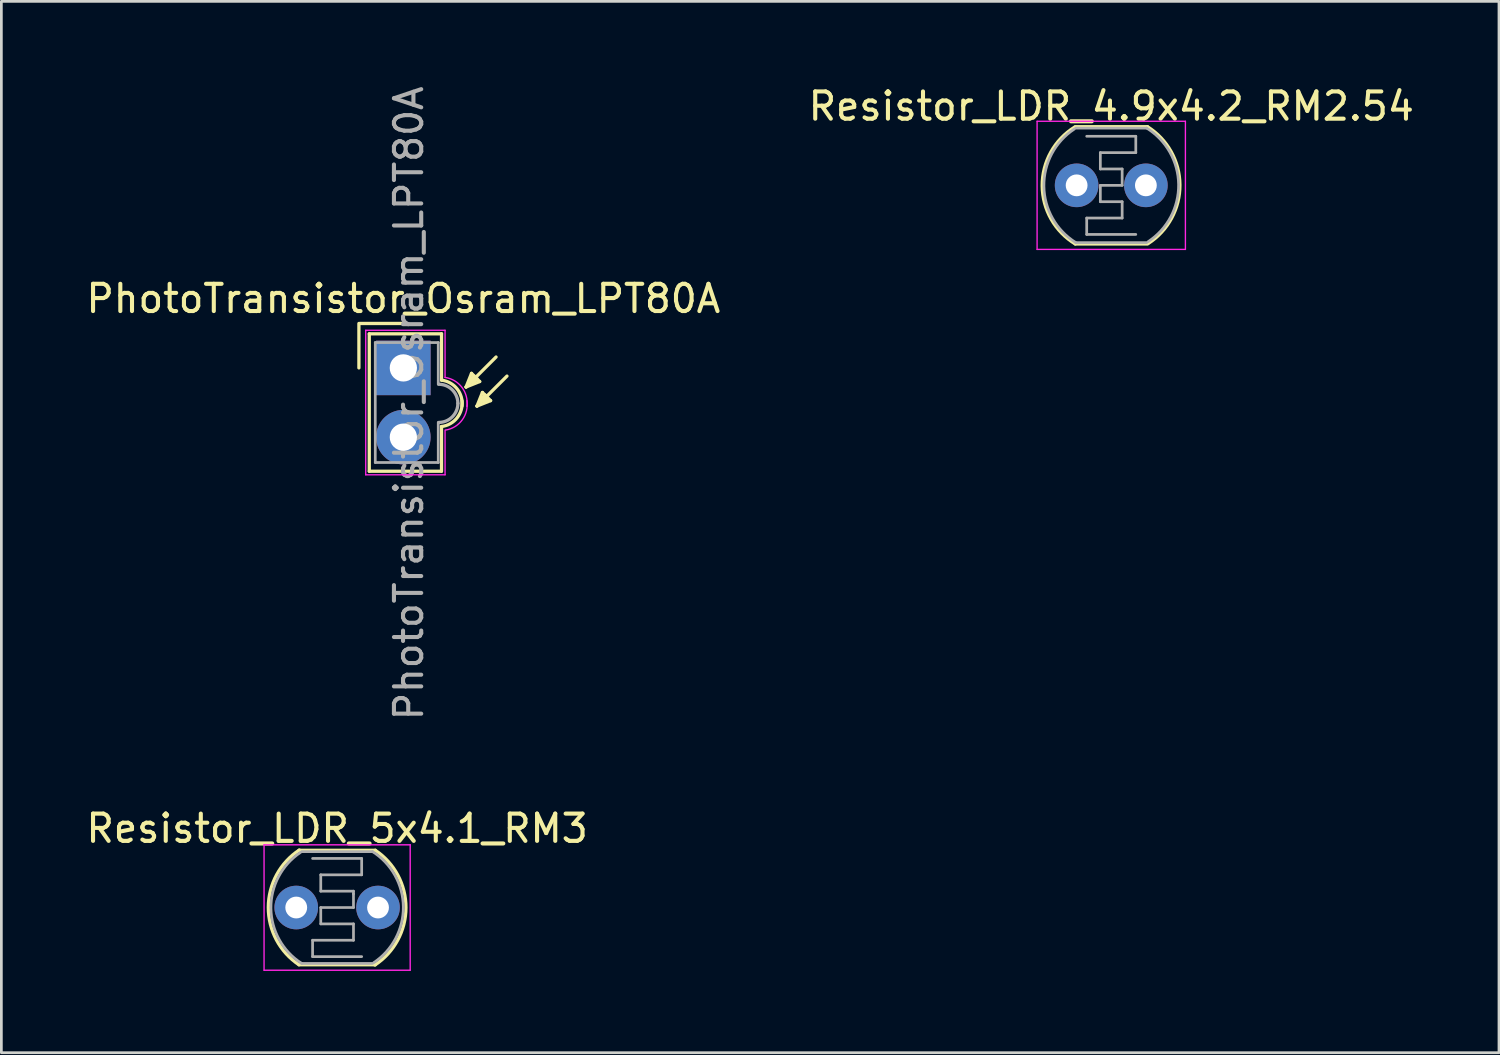
<source format=kicad_pcb>
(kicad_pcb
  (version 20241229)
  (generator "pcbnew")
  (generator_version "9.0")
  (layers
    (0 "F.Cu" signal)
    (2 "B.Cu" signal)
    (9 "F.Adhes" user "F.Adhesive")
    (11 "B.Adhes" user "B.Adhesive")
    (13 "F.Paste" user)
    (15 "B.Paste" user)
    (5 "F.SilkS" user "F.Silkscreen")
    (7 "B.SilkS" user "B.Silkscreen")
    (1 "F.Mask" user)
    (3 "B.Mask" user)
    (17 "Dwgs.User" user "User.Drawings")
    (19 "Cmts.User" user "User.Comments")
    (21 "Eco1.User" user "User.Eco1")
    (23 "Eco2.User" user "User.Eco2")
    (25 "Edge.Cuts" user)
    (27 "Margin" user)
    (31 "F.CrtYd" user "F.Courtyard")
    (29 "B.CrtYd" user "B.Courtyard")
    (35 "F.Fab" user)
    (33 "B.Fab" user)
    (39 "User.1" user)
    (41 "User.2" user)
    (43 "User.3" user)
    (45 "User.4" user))
  (footprint "Resistor_LDR_5x4.1_RM3"
    (layer "F.Cu")
    (at 7.815 30.236)
    (property "Reference" "Resistor_LDR_5x4.1_RM3" (at 1.5 -2.9 0) (layer "F.SilkS") (effects (font (size 1 1) (thickness 0.15))))
    (attr through_hole)
    (fp_line (start 0.1 -2.1) (end 2.9 -2.1) (stroke (width 0.12) (type solid)) (layer "F.SilkS"))
    (fp_line (start 0.1 2.1) (end 2.9 2.1) (stroke (width 0.12) (type solid)) (layer "F.SilkS"))
    (fp_arc (start 0.1 2.1) (mid -1.023872 -0.008372) (end 0.113963 -2.109242) (stroke (width 0.12) (type solid)) (layer "F.SilkS"))
    (fp_arc (start 2.9 -2.1) (mid 4.023872 0.008372) (end 2.886037 2.109242) (stroke (width 0.12) (type solid)) (layer "F.SilkS"))
    (fp_line (start -1.18 -2.3) (end -1.18 2.3) (stroke (width 0.05) (type solid)) (layer "F.CrtYd"))
    (fp_line (start -1.18 -2.3) (end 4.18 -2.3) (stroke (width 0.05) (type solid)) (layer "F.CrtYd"))
    (fp_line (start 4.18 2.3) (end -1.18 2.3) (stroke (width 0.05) (type solid)) (layer "F.CrtYd"))
    (fp_line (start 4.18 2.3) (end 4.18 -2.3) (stroke (width 0.05) (type solid)) (layer "F.CrtYd"))
    (fp_line (start 0.2 -2.05) (end 2.8 -2.05) (stroke (width 0.1) (type solid)) (layer "F.Fab"))
    (fp_line (start 0.6 -1.8) (end 2.4 -1.8) (stroke (width 0.1) (type solid)) (layer "F.Fab"))
    (fp_line (start 0.6 1.2) (end 0.6 1.8) (stroke (width 0.1) (type solid)) (layer "F.Fab"))
    (fp_line (start 0.6 1.2) (end 2.1 1.2) (stroke (width 0.1) (type solid)) (layer "F.Fab"))
    (fp_line (start 0.6 1.8) (end 2.4 1.8) (stroke (width 0.1) (type solid)) (layer "F.Fab"))
    (fp_line (start 0.9 -1.2) (end 2.4 -1.2) (stroke (width 0.1) (type solid)) (layer "F.Fab"))
    (fp_line (start 0.9 -0.6) (end 0.9 -1.2) (stroke (width 0.1) (type solid)) (layer "F.Fab"))
    (fp_line (start 0.9 0) (end 2.1 0) (stroke (width 0.1) (type solid)) (layer "F.Fab"))
    (fp_line (start 0.9 0.6) (end 0.9 0) (stroke (width 0.1) (type solid)) (layer "F.Fab"))
    (fp_line (start 2.1 -0.6) (end 0.9 -0.6) (stroke (width 0.1) (type solid)) (layer "F.Fab"))
    (fp_line (start 2.1 -0.5) (end 2.1 -0.6) (stroke (width 0.1) (type solid)) (layer "F.Fab"))
    (fp_line (start 2.1 0) (end 2.1 -0.5) (stroke (width 0.1) (type solid)) (layer "F.Fab"))
    (fp_line (start 2.1 0.6) (end 0.9 0.6) (stroke (width 0.1) (type solid)) (layer "F.Fab"))
    (fp_line (start 2.1 1.2) (end 2.1 0.6) (stroke (width 0.1) (type solid)) (layer "F.Fab"))
    (fp_line (start 2.4 -1.8) (end 2.4 -1.2) (stroke (width 0.1) (type solid)) (layer "F.Fab"))
    (fp_line (start 2.8 2.05) (end 0.2 2.05) (stroke (width 0.1) (type solid)) (layer "F.Fab"))
    (fp_arc (start 0.2 2.05) (mid -0.927305 0.026239) (end 0.155989 -2.021419) (stroke (width 0.1) (type solid)) (layer "F.Fab"))
    (fp_arc (start 2.8 -2.05) (mid 3.927305 -0.026239) (end 2.844011 2.021419) (stroke (width 0.1) (type solid)) (layer "F.Fab"))
    (pad "1" thru_hole circle (at 0 0) (size 1.6 1.6) (drill 0.8) (layers "*.Cu" "*.Mask"))
    (pad "2" thru_hole circle (at 3 0) (size 1.6 1.6) (drill 0.8) (layers "*.Cu" "*.Mask")))
  (footprint "PhotoTransistor_Osram_LPT80A"
    (layer "F.Cu")
    (at 11.744 10.444)
    (property "Reference" "PhotoTransistor_Osram_LPT80A" (at 0 -2.54 0) (layer "F.SilkS") (effects (font (size 1 1) (thickness 0.15))))
    (attr through_hole)
    (fp_line (start -1.63 0) (end -1.63 -1.63) (stroke (width 0.12) (type solid)) (layer "F.SilkS"))
    (fp_line (start -1.6 -1.63) (end 0 -1.63) (stroke (width 0.12) (type solid)) (layer "F.SilkS"))
    (fp_line (start -1.25 -1.25) (end 1.4 -1.25) (stroke (width 0.12) (type solid)) (layer "F.SilkS"))
    (fp_line (start -1.25 3.79) (end -1.25 -1.25) (stroke (width 0.12) (type solid)) (layer "F.SilkS"))
    (fp_line (start 1.395 3.79) (end -1.25 3.79) (stroke (width 0.12) (type solid)) (layer "F.SilkS"))
    (fp_line (start 1.4 -1.25) (end 1.4 0.45) (stroke (width 0.12) (type solid)) (layer "F.SilkS"))
    (fp_line (start 1.4 2.15) (end 1.4 3.79) (stroke (width 0.12) (type solid)) (layer "F.SilkS"))
    (fp_line (start 2.3 0.7) (end 2.5 0.2) (stroke (width 0.12) (type solid)) (layer "F.SilkS"))
    (fp_line (start 2.4 0.5) (end 2.6 0.5) (stroke (width 0.12) (type solid)) (layer "F.SilkS"))
    (fp_line (start 2.5 0.2) (end 2.8 0.5) (stroke (width 0.12) (type solid)) (layer "F.SilkS"))
    (fp_line (start 2.6 0.3) (end 2.4 0.5) (stroke (width 0.12) (type solid)) (layer "F.SilkS"))
    (fp_line (start 2.6 0.5) (end 2.7 0.4) (stroke (width 0.12) (type solid)) (layer "F.SilkS"))
    (fp_line (start 2.7 1.4) (end 2.9 0.9) (stroke (width 0.12) (type solid)) (layer "F.SilkS"))
    (fp_line (start 2.7 1.4) (end 3.8 0.3) (stroke (width 0.12) (type solid)) (layer "F.SilkS"))
    (fp_line (start 2.8 0.5) (end 2.3 0.7) (stroke (width 0.12) (type solid)) (layer "F.SilkS"))
    (fp_line (start 2.8 1.2) (end 3 1) (stroke (width 0.12) (type solid)) (layer "F.SilkS"))
    (fp_line (start 2.9 0.9) (end 3.2 1.2) (stroke (width 0.12) (type solid)) (layer "F.SilkS"))
    (fp_line (start 3 1) (end 3.1 1.2) (stroke (width 0.12) (type solid)) (layer "F.SilkS"))
    (fp_line (start 3.1 1.2) (end 2.9 1.2) (stroke (width 0.12) (type solid)) (layer "F.SilkS"))
    (fp_line (start 3.2 1.2) (end 2.7 1.4) (stroke (width 0.12) (type solid)) (layer "F.SilkS"))
    (fp_line (start 3.4 -0.4) (end 2.3 0.7) (stroke (width 0.12) (type solid)) (layer "F.SilkS"))
    (fp_arc (start 1.4 0.45) (mid 1.971751 0.76967) (end 2.15 1.4) (stroke (width 0.12) (type solid)) (layer "F.SilkS"))
    (fp_arc (start 2.15 1.2) (mid 1.971751 1.83033) (end 1.4 2.15) (stroke (width 0.12) (type solid)) (layer "F.SilkS"))
    (fp_line (start -1.38 -1.38) (end 1.53 -1.38) (stroke (width 0.05) (type solid)) (layer "F.CrtYd"))
    (fp_line (start -1.38 3.92) (end -1.38 -1.38) (stroke (width 0.05) (type solid)) (layer "F.CrtYd"))
    (fp_line (start 1.53 -1.38) (end 1.53 0.35) (stroke (width 0.05) (type solid)) (layer "F.CrtYd"))
    (fp_line (start 1.53 2.28) (end 1.53 3.92) (stroke (width 0.05) (type solid)) (layer "F.CrtYd"))
    (fp_line (start 1.53 3.92) (end -1.38 3.92) (stroke (width 0.05) (type solid)) (layer "F.CrtYd"))
    (fp_arc (start 1.53 0.35) (mid 2.149533 0.714315) (end 2.33 1.41) (stroke (width 0.05) (type solid)) (layer "F.CrtYd"))
    (fp_arc (start 2.33 1.2) (mid 2.163675 1.901543) (end 1.55 2.28) (stroke (width 0.05) (type solid)) (layer "F.CrtYd"))
    (fp_line (start -1.03 -0.93) (end 1.28 -0.93) (stroke (width 0.1) (type solid)) (layer "F.Fab"))
    (fp_line (start -1.03 3.47) (end -1.03 -0.93) (stroke (width 0.1) (type solid)) (layer "F.Fab"))
    (fp_line (start 1.28 -0.93) (end 1.28 0.6) (stroke (width 0.1) (type solid)) (layer "F.Fab"))
    (fp_line (start 1.28 3.47) (end -1.03 3.47) (stroke (width 0.1) (type solid)) (layer "F.Fab"))
    (fp_line (start 1.28 3.47) (end 1.28 2) (stroke (width 0.1) (type solid)) (layer "F.Fab"))
    (fp_arc (start 1.3 0.6) (mid 1.794975 0.805025) (end 2 1.3) (stroke (width 0.12) (type solid)) (layer "F.Fab"))
    (fp_arc (start 2 1.3) (mid 1.794975 1.794975) (end 1.3 2) (stroke (width 0.12) (type solid)) (layer "F.Fab"))
    (fp_text user "${REFERENCE}" (at 0.2 1.3 90) (layer "F.Fab") (effects (font (size 1 1) (thickness 0.15))))
    (pad "1" thru_hole rect (at 0 0 180) (size 2 2) (drill 1) (layers "*.Cu" "*.Mask"))
    (pad "2" thru_hole circle (at 0 2.54 180) (size 2 2) (drill 1) (layers "*.Cu" "*.Mask")))
  (footprint "Resistor_LDR_4.9x4.2_RM2.54"
    (layer "F.Cu")
    (at 36.438 3.748)
    (property "Reference" "Resistor_LDR_4.9x4.2_RM2.54" (at 1.27 -2.9 0) (layer "F.SilkS") (effects (font (size 1 1) (thickness 0.15))))
    (attr through_hole)
    (fp_line (start -0.05 -2.15) (end 2.6 -2.15) (stroke (width 0.12) (type solid)) (layer "F.SilkS"))
    (fp_line (start -0.05 2.15) (end 2.6 2.15) (stroke (width 0.12) (type solid)) (layer "F.SilkS"))
    (fp_arc (start -0.05 2.15) (mid -1.262424 0.01494) (end -0.075476 -2.134388) (stroke (width 0.12) (type solid)) (layer "F.SilkS"))
    (fp_arc (start 2.6 -2.15) (mid 3.788646 -0.016616) (end 2.628027 2.132145) (stroke (width 0.12) (type solid)) (layer "F.SilkS"))
    (fp_line (start -1.45 -2.35) (end -1.45 2.35) (stroke (width 0.05) (type solid)) (layer "F.CrtYd"))
    (fp_line (start -1.45 -2.35) (end 3.99 -2.35) (stroke (width 0.05) (type solid)) (layer "F.CrtYd"))
    (fp_line (start 3.99 2.35) (end -1.45 2.35) (stroke (width 0.05) (type solid)) (layer "F.CrtYd"))
    (fp_line (start 3.99 2.35) (end 3.99 -2.35) (stroke (width 0.05) (type solid)) (layer "F.CrtYd"))
    (fp_line (start -0.03 -2.1) (end 2.57 -2.1) (stroke (width 0.1) (type solid)) (layer "F.Fab"))
    (fp_line (start 0.37 -1.8) (end 2.17 -1.8) (stroke (width 0.1) (type solid)) (layer "F.Fab"))
    (fp_line (start 0.37 1.2) (end 0.37 1.8) (stroke (width 0.1) (type solid)) (layer "F.Fab"))
    (fp_line (start 0.37 1.2) (end 1.67 1.2) (stroke (width 0.1) (type solid)) (layer "F.Fab"))
    (fp_line (start 0.37 1.8) (end 2.17 1.8) (stroke (width 0.1) (type solid)) (layer "F.Fab"))
    (fp_line (start 0.87 -1.2) (end 0.87 -0.6) (stroke (width 0.1) (type solid)) (layer "F.Fab"))
    (fp_line (start 0.87 -1.2) (end 2.17 -1.2) (stroke (width 0.1) (type solid)) (layer "F.Fab"))
    (fp_line (start 0.87 0) (end 0.87 0.6) (stroke (width 0.1) (type solid)) (layer "F.Fab"))
    (fp_line (start 0.87 0) (end 1.67 0) (stroke (width 0.1) (type solid)) (layer "F.Fab"))
    (fp_line (start 1.67 -0.6) (end 0.87 -0.6) (stroke (width 0.1) (type solid)) (layer "F.Fab"))
    (fp_line (start 1.67 -0.6) (end 1.67 0) (stroke (width 0.1) (type solid)) (layer "F.Fab"))
    (fp_line (start 1.67 0.6) (end 0.87 0.6) (stroke (width 0.1) (type solid)) (layer "F.Fab"))
    (fp_line (start 1.67 0.6) (end 1.67 1.2) (stroke (width 0.1) (type solid)) (layer "F.Fab"))
    (fp_line (start 2.17 -1.8) (end 2.17 -1.2) (stroke (width 0.1) (type solid)) (layer "F.Fab"))
    (fp_line (start 2.57 2.1) (end -0.03 2.1) (stroke (width 0.1) (type solid)) (layer "F.Fab"))
    (fp_arc (start -0.03 2.1) (mid -1.199612 0.031921) (end -0.083843 -2.065698) (stroke (width 0.1) (type solid)) (layer "F.Fab"))
    (fp_arc (start 2.57 -2.1) (mid 3.739612 -0.031921) (end 2.623843 2.065698) (stroke (width 0.1) (type solid)) (layer "F.Fab"))
    (pad "1" thru_hole circle (at 0 0) (size 1.6 1.6) (drill 0.8) (layers "*.Cu" "*.Mask"))
    (pad "2" thru_hole circle (at 2.54 0) (size 1.6 1.6) (drill 0.8) (layers "*.Cu" "*.Mask")))
  (gr_rect
    (start -3 -3)
    (end 51.929 35.561)
    (stroke (width 0.1) (type default))
    (fill no)
    (layer "Edge.Cuts")))
</source>
